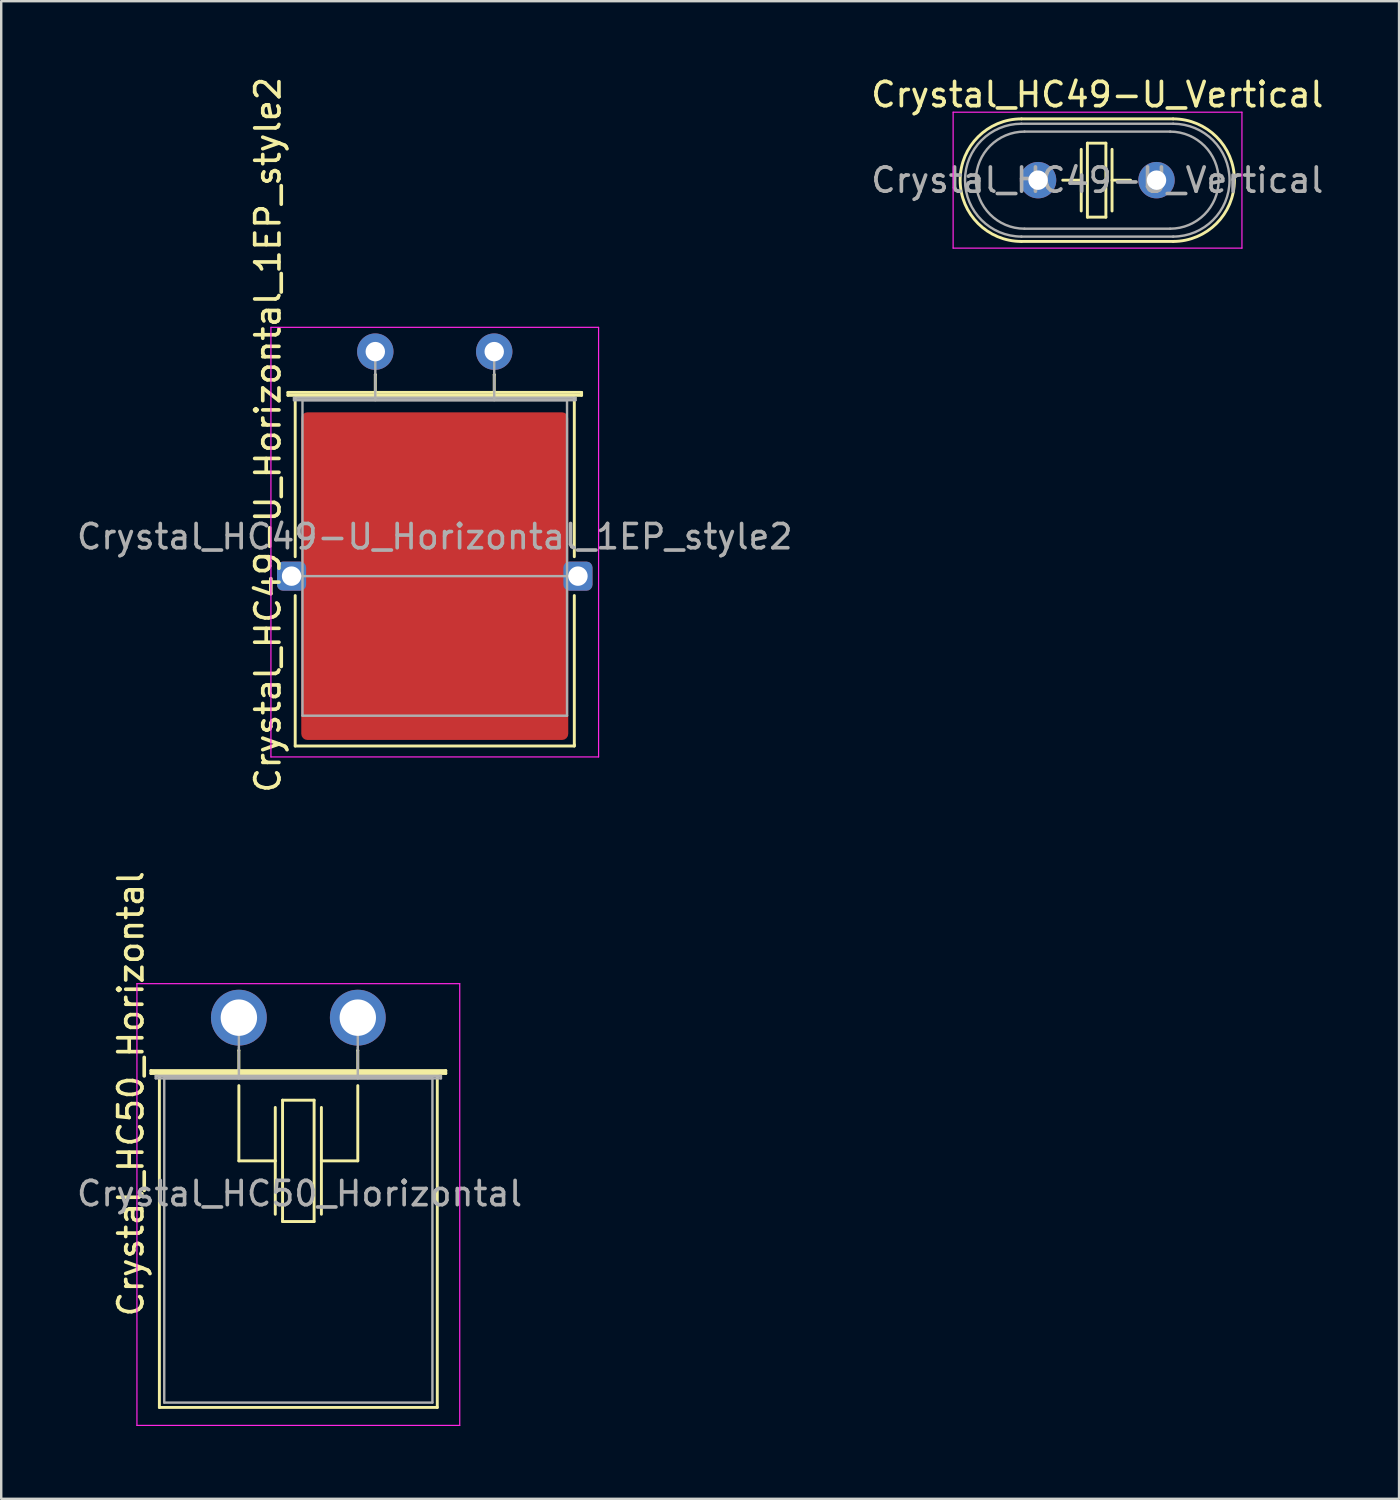
<source format=kicad_pcb>
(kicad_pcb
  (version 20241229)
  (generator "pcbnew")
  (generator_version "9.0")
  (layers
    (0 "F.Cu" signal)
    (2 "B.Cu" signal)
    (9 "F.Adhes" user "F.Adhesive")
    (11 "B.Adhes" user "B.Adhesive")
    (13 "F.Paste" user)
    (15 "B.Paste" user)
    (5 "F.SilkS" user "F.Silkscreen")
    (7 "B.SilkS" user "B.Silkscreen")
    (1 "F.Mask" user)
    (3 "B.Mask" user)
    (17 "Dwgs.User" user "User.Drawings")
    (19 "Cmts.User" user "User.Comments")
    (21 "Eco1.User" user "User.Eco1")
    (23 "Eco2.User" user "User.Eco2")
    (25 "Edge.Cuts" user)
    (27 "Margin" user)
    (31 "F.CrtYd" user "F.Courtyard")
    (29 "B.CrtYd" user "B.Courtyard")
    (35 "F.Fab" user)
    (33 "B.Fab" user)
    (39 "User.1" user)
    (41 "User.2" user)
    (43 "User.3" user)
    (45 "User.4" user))
  (footprint "Crystal_HC50_Horizontal"
    (layer "F.Cu")
    (at 6.792 38.88)
    (property "Reference" "Crystal_HC50_Horizontal" (at -4.45 3.138 90) (layer "F.SilkS") (effects (font (size 1 1) (thickness 0.15))))
    (attr through_hole)
    (fp_line (start -3.625 2.18) (end 8.525 2.18) (stroke (width 0.12) (type solid)) (layer "F.SilkS"))
    (fp_line (start -3.625 2.3) (end -3.625 2.18) (stroke (width 0.12) (type solid)) (layer "F.SilkS"))
    (fp_line (start -3.275 2.3) (end -3.275 16.06) (stroke (width 0.12) (type solid)) (layer "F.SilkS"))
    (fp_line (start -3.275 16.06) (end 8.175 16.06) (stroke (width 0.12) (type solid)) (layer "F.SilkS"))
    (fp_line (start 0 1.35) (end 0 1.35) (stroke (width 0.12) (type solid)) (layer "F.SilkS"))
    (fp_line (start 0 2.3) (end 0 1.35) (stroke (width 0.12) (type solid)) (layer "F.SilkS"))
    (fp_line (start 0 2.8) (end 0 5.9) (stroke (width 0.12) (type solid)) (layer "F.SilkS"))
    (fp_line (start 0 5.9) (end 1.5 5.9) (stroke (width 0.12) (type solid)) (layer "F.SilkS"))
    (fp_line (start 1.5 5.9) (end 1.5 3.7) (stroke (width 0.12) (type solid)) (layer "F.SilkS"))
    (fp_line (start 1.5 8.1) (end 1.5 5.9) (stroke (width 0.12) (type solid)) (layer "F.SilkS"))
    (fp_line (start 1.8 3.4) (end 1.8 8.3) (stroke (width 0.12) (type solid)) (layer "F.SilkS"))
    (fp_line (start 1.8 8.3) (end 1.8 8.4) (stroke (width 0.12) (type solid)) (layer "F.SilkS"))
    (fp_line (start 1.8 8.4) (end 3.1 8.4) (stroke (width 0.12) (type solid)) (layer "F.SilkS"))
    (fp_line (start 3.1 3.4) (end 1.8 3.4) (stroke (width 0.12) (type solid)) (layer "F.SilkS"))
    (fp_line (start 3.1 8.4) (end 3.1 3.4) (stroke (width 0.12) (type solid)) (layer "F.SilkS"))
    (fp_line (start 3.4 5.9) (end 3.4 3.7) (stroke (width 0.12) (type solid)) (layer "F.SilkS"))
    (fp_line (start 3.4 5.9) (end 4.9 5.9) (stroke (width 0.12) (type solid)) (layer "F.SilkS"))
    (fp_line (start 3.4 8.1) (end 3.4 5.9) (stroke (width 0.12) (type solid)) (layer "F.SilkS"))
    (fp_line (start 4.9 1.35) (end 4.9 1.35) (stroke (width 0.12) (type solid)) (layer "F.SilkS"))
    (fp_line (start 4.9 2.3) (end 4.9 1.35) (stroke (width 0.12) (type solid)) (layer "F.SilkS"))
    (fp_line (start 4.9 2.8) (end 4.9 5.9) (stroke (width 0.12) (type solid)) (layer "F.SilkS"))
    (fp_line (start 8.175 2.3) (end -3.275 2.3) (stroke (width 0.12) (type solid)) (layer "F.SilkS"))
    (fp_line (start 8.175 16.06) (end 8.175 2.3) (stroke (width 0.12) (type solid)) (layer "F.SilkS"))
    (fp_line (start 8.525 2.18) (end 8.525 2.3) (stroke (width 0.12) (type solid)) (layer "F.SilkS"))
    (fp_line (start 8.525 2.3) (end -3.625 2.3) (stroke (width 0.12) (type solid)) (layer "F.SilkS"))
    (fp_line (start -4.2 -1.4) (end -4.2 16.8) (stroke (width 0.05) (type solid)) (layer "F.CrtYd"))
    (fp_line (start -4.2 16.8) (end 9.1 16.8) (stroke (width 0.05) (type solid)) (layer "F.CrtYd"))
    (fp_line (start 9.1 -1.4) (end -4.2 -1.4) (stroke (width 0.05) (type solid)) (layer "F.CrtYd"))
    (fp_line (start 9.1 16.8) (end 9.1 -1.4) (stroke (width 0.05) (type solid)) (layer "F.CrtYd"))
    (fp_line (start -3.425 2.4) (end 8.325 2.4) (stroke (width 0.1) (type solid)) (layer "F.Fab"))
    (fp_line (start -3.425 2.5) (end -3.425 2.4) (stroke (width 0.1) (type solid)) (layer "F.Fab"))
    (fp_line (start -3.075 2.5) (end -3.075 15.86) (stroke (width 0.1) (type solid)) (layer "F.Fab"))
    (fp_line (start -3.075 15.86) (end 7.975 15.86) (stroke (width 0.1) (type solid)) (layer "F.Fab"))
    (fp_line (start 0 1.25) (end 0 0) (stroke (width 0.1) (type solid)) (layer "F.Fab"))
    (fp_line (start 0 2.5) (end 0 1.25) (stroke (width 0.1) (type solid)) (layer "F.Fab"))
    (fp_line (start 4.9 1.25) (end 4.9 0) (stroke (width 0.1) (type solid)) (layer "F.Fab"))
    (fp_line (start 4.9 2.5) (end 4.9 1.25) (stroke (width 0.1) (type solid)) (layer "F.Fab"))
    (fp_line (start 7.975 2.5) (end -3.075 2.5) (stroke (width 0.1) (type solid)) (layer "F.Fab"))
    (fp_line (start 7.975 15.86) (end 7.975 2.5) (stroke (width 0.1) (type solid)) (layer "F.Fab"))
    (fp_line (start 8.325 2.4) (end 8.325 2.5) (stroke (width 0.1) (type solid)) (layer "F.Fab"))
    (fp_line (start 8.325 2.5) (end -3.425 2.5) (stroke (width 0.1) (type solid)) (layer "F.Fab"))
    (fp_text user "${REFERENCE}" (at 2.5 7.25 0) (layer "F.Fab") (effects (font (size 1 1) (thickness 0.15))))
    (pad "1" thru_hole circle (at 0 0) (size 2.3 2.3) (drill 1.5) (layers "*.Cu" "*.Mask"))
    (pad "2" thru_hole circle (at 4.9 0) (size 2.3 2.3) (drill 1.5) (layers "*.Cu" "*.Mask")))
  (footprint "Crystal_HC49-U_Horizontal_1EP_style2"
    (layer "F.Cu")
    (at 12.413 11.438)
    (property "Reference" "Crystal_HC49-U_Horizontal_1EP_style2" (at -4.425 3.425 90) (layer "F.SilkS") (effects (font (size 1 1) (thickness 0.15))))
    (attr through_hole)
    (fp_line (start -3.6 1.68) (end 8.5 1.68) (stroke (width 0.12) (type solid)) (layer "F.SilkS"))
    (fp_line (start -3.6 1.8) (end -3.6 1.68) (stroke (width 0.12) (type solid)) (layer "F.SilkS"))
    (fp_line (start -3.3 8.45) (end -3.3 1.8) (stroke (width 0.12) (type solid)) (layer "F.SilkS"))
    (fp_line (start -3.3 16.25) (end -3.3 10.05) (stroke (width 0.12) (type solid)) (layer "F.SilkS"))
    (fp_line (start -3.25 1.8) (end 8.15 1.8) (stroke (width 0.12) (type solid)) (layer "F.SilkS"))
    (fp_line (start 0 0.95) (end 0 0.95) (stroke (width 0.12) (type solid)) (layer "F.SilkS"))
    (fp_line (start 0 1.8) (end 0 0.95) (stroke (width 0.12) (type solid)) (layer "F.SilkS"))
    (fp_line (start 4.9 0.95) (end 4.9 0.95) (stroke (width 0.12) (type solid)) (layer "F.SilkS"))
    (fp_line (start 4.9 1.8) (end 4.9 0.95) (stroke (width 0.12) (type solid)) (layer "F.SilkS"))
    (fp_line (start 8.2 1.8) (end 8.2 8.45) (stroke (width 0.12) (type solid)) (layer "F.SilkS"))
    (fp_line (start 8.2 10.05) (end 8.2 16.2) (stroke (width 0.12) (type solid)) (layer "F.SilkS"))
    (fp_line (start 8.2 16.2) (end 8.2 16.25) (stroke (width 0.12) (type solid)) (layer "F.SilkS"))
    (fp_line (start 8.2 16.25) (end -3.3 16.25) (stroke (width 0.12) (type solid)) (layer "F.SilkS"))
    (fp_line (start 8.5 1.68) (end 8.5 1.8) (stroke (width 0.12) (type solid)) (layer "F.SilkS"))
    (fp_line (start 8.5 1.8) (end -3.6 1.8) (stroke (width 0.12) (type solid)) (layer "F.SilkS"))
    (fp_line (start -4.3 -1) (end -4.3 16.7) (stroke (width 0.05) (type solid)) (layer "F.CrtYd"))
    (fp_line (start -4.3 16.7) (end 9.2 16.7) (stroke (width 0.05) (type solid)) (layer "F.CrtYd"))
    (fp_line (start 9.2 -1) (end -4.3 -1) (stroke (width 0.05) (type solid)) (layer "F.CrtYd"))
    (fp_line (start 9.2 16.7) (end 9.2 -1) (stroke (width 0.05) (type solid)) (layer "F.CrtYd"))
    (fp_line (start -3.45 9.25) (end 8.35 9.25) (stroke (width 0.1) (type solid)) (layer "F.Fab"))
    (fp_line (start -3.35 1.9) (end 8.25 1.9) (stroke (width 0.1) (type solid)) (layer "F.Fab"))
    (fp_line (start -3.35 2) (end -3.35 1.9) (stroke (width 0.1) (type solid)) (layer "F.Fab"))
    (fp_line (start -3 2) (end -3 15) (stroke (width 0.1) (type solid)) (layer "F.Fab"))
    (fp_line (start -3 15) (end 7.9 15) (stroke (width 0.1) (type solid)) (layer "F.Fab"))
    (fp_line (start 0 1) (end 0 0) (stroke (width 0.1) (type solid)) (layer "F.Fab"))
    (fp_line (start 0 2) (end 0 1) (stroke (width 0.1) (type solid)) (layer "F.Fab"))
    (fp_line (start 4.9 1) (end 4.9 0) (stroke (width 0.1) (type solid)) (layer "F.Fab"))
    (fp_line (start 4.9 2) (end 4.9 1) (stroke (width 0.1) (type solid)) (layer "F.Fab"))
    (fp_line (start 7.9 2) (end -3 2) (stroke (width 0.1) (type solid)) (layer "F.Fab"))
    (fp_line (start 7.9 15) (end 7.9 2) (stroke (width 0.1) (type solid)) (layer "F.Fab"))
    (fp_line (start 8.25 1.9) (end 8.25 2) (stroke (width 0.1) (type solid)) (layer "F.Fab"))
    (fp_line (start 8.25 2) (end -3.35 2) (stroke (width 0.1) (type solid)) (layer "F.Fab"))
    (fp_text user "${REFERENCE}" (at 2.45 7.625 0) (layer "F.Fab") (effects (font (size 1 1) (thickness 0.15))))
    (pad "1" thru_hole circle (at 0 0) (size 1.5 1.5) (drill 0.8) (layers "*.Cu" "*.Mask"))
    (pad "2" thru_hole circle (at 4.9 0) (size 1.5 1.5) (drill 0.8) (layers "*.Cu" "*.Mask"))
    (pad "3" thru_hole roundrect (at -3.45 9.25) (size 1.2 1.2) (drill 0.8) (layers "*.Cu" "*.Mask") (roundrect_rratio 0.208))
    (pad "3" smd roundrect (at 2.45 9.25) (size 11 13.5) (layers "F.Cu" "F.Mask" "F.Paste") (roundrect_rratio 0.023))
    (pad "3" thru_hole roundrect (at 8.35 9.25) (size 1.2 1.2) (drill 0.8) (layers "*.Cu" "*.Mask") (roundrect_rratio 0.208)))
  (footprint "Crystal_HC49-U_Vertical"
    (layer "F.Cu")
    (at 39.721 4.373)
    (property "Reference" "Crystal_HC49-U_Vertical" (at 2.44 -3.525 0) (layer "F.SilkS") (effects (font (size 1 1) (thickness 0.15))))
    (attr through_hole)
    (fp_line (start -0.685 -2.525) (end 5.565 -2.525) (stroke (width 0.12) (type solid)) (layer "F.SilkS"))
    (fp_line (start -0.685 2.525) (end 5.565 2.525) (stroke (width 0.12) (type solid)) (layer "F.SilkS"))
    (fp_line (start 1.016 0) (end 1.778 0) (stroke (width 0.12) (type solid)) (layer "F.SilkS"))
    (fp_line (start 1.778 -1.27) (end 1.778 1.27) (stroke (width 0.12) (type solid)) (layer "F.SilkS"))
    (fp_line (start 2.032 -1.524) (end 2.032 1.524) (stroke (width 0.12) (type solid)) (layer "F.SilkS"))
    (fp_line (start 2.032 1.524) (end 2.794 1.524) (stroke (width 0.12) (type solid)) (layer "F.SilkS"))
    (fp_line (start 2.794 -1.524) (end 2.032 -1.524) (stroke (width 0.12) (type solid)) (layer "F.SilkS"))
    (fp_line (start 2.794 1.524) (end 2.794 -1.524) (stroke (width 0.12) (type solid)) (layer "F.SilkS"))
    (fp_line (start 3.048 -1.27) (end 3.048 1.27) (stroke (width 0.12) (type solid)) (layer "F.SilkS"))
    (fp_line (start 3.81 0) (end 3.048 0) (stroke (width 0.12) (type solid)) (layer "F.SilkS"))
    (fp_arc (start -0.685 2.525) (mid -3.21 0) (end -0.685 -2.525) (stroke (width 0.12) (type solid)) (layer "F.SilkS"))
    (fp_arc (start 5.565 -2.525) (mid 8.09 0) (end 5.565 2.525) (stroke (width 0.12) (type solid)) (layer "F.SilkS"))
    (fp_line (start -3.5 -2.8) (end -3.5 2.8) (stroke (width 0.05) (type solid)) (layer "F.CrtYd"))
    (fp_line (start -3.5 2.8) (end 8.4 2.8) (stroke (width 0.05) (type solid)) (layer "F.CrtYd"))
    (fp_line (start 8.4 -2.8) (end -3.5 -2.8) (stroke (width 0.05) (type solid)) (layer "F.CrtYd"))
    (fp_line (start 8.4 2.8) (end 8.4 -2.8) (stroke (width 0.05) (type solid)) (layer "F.CrtYd"))
    (fp_line (start -0.685 -2.325) (end 5.565 -2.325) (stroke (width 0.1) (type solid)) (layer "F.Fab"))
    (fp_line (start -0.685 2.325) (end 5.565 2.325) (stroke (width 0.1) (type solid)) (layer "F.Fab"))
    (fp_line (start -0.56 -2) (end 5.44 -2) (stroke (width 0.1) (type solid)) (layer "F.Fab"))
    (fp_line (start -0.56 2) (end 5.44 2) (stroke (width 0.1) (type solid)) (layer "F.Fab"))
    (fp_arc (start -0.685 2.325) (mid -3.01 0) (end -0.685 -2.325) (stroke (width 0.1) (type solid)) (layer "F.Fab"))
    (fp_arc (start -0.56 2) (mid -2.56 0) (end -0.56 -2) (stroke (width 0.1) (type solid)) (layer "F.Fab"))
    (fp_arc (start 5.44 -2) (mid 7.44 0) (end 5.44 2) (stroke (width 0.1) (type solid)) (layer "F.Fab"))
    (fp_arc (start 5.565 -2.325) (mid 7.89 0) (end 5.565 2.325) (stroke (width 0.1) (type solid)) (layer "F.Fab"))
    (fp_text user "${REFERENCE}" (at 2.44 0 0) (layer "F.Fab") (effects (font (size 1 1) (thickness 0.15))))
    (pad "1" thru_hole circle (at 0 0) (size 1.5 1.5) (drill 0.8) (layers "*.Cu" "*.Mask"))
    (pad "2" thru_hole circle (at 4.88 0) (size 1.5 1.5) (drill 0.8) (layers "*.Cu" "*.Mask")))
  (gr_rect
    (start -3 -3)
    (end 54.595 58.705)
    (stroke (width 0.1) (type default))
    (fill no)
    (layer "Edge.Cuts")))
</source>
